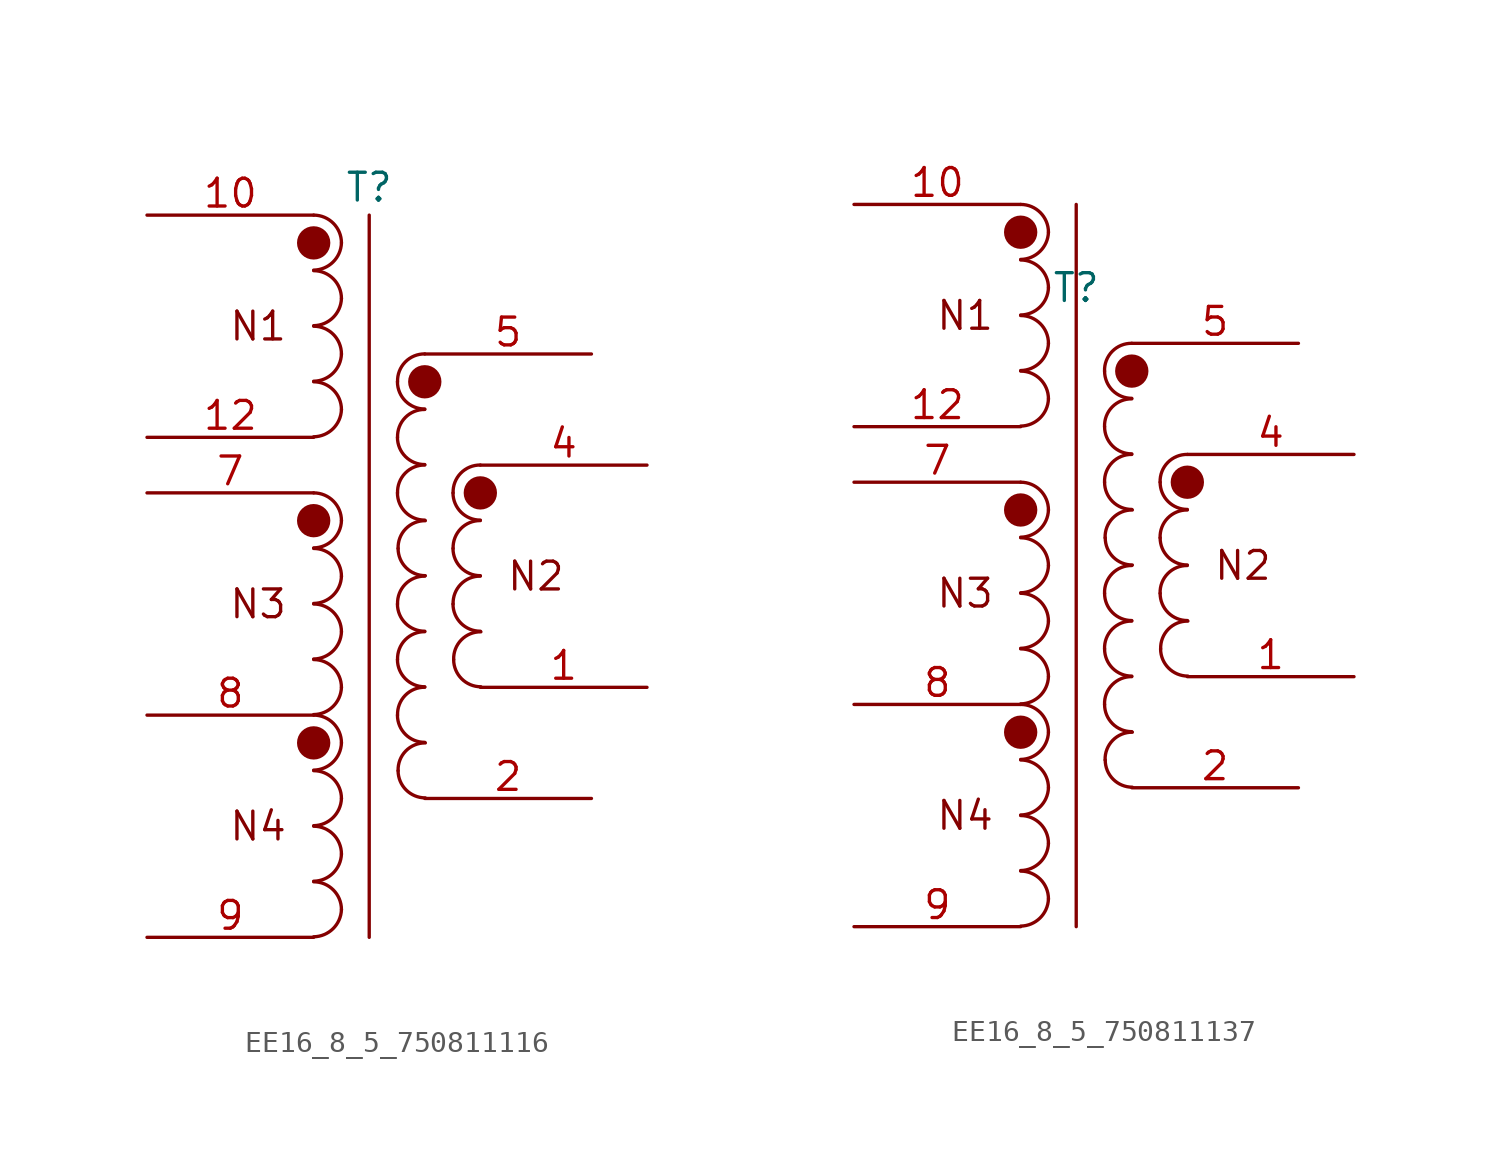
<source format=kicad_sym>
(kicad_symbol_lib
  (version 20220914)
  (generator kicad_symbol_editor)
  (symbol "EE16_8_5_750811116"
    (pin_names hide)
    (property "Reference" "T"
      (at 0 17.78 0)
      (effects (font (size 1.27 1.27))))
    (symbol "EE16_8_5_750811116_0_1"
      (arc (start -2.54 -16.4846) (mid -1.6561 -16.1163) (end -1.27 -15.24) (stroke (width 0) (type default)) (fill (type none)))
      (arc (start -2.54 -13.9446) (mid -1.6561 -13.5763) (end -1.27 -12.7) (stroke (width 0) (type default)) (fill (type none)))
      (arc (start -2.54 -11.4046) (mid -1.6561 -11.0363) (end -1.27 -10.16) (stroke (width 0) (type default)) (fill (type none)))
      (arc (start -2.54 -8.8646) (mid -1.6561 -8.4963) (end -1.27 -7.62) (stroke (width 0) (type default)) (fill (type none)))
      (arc (start -2.54 -6.3246) (mid -1.6561 -5.9563) (end -1.27 -5.08) (stroke (width 0) (type default)) (fill (type none)))
      (arc (start -2.54 -3.7846) (mid -1.6561 -3.4163) (end -1.27 -2.54) (stroke (width 0) (type default)) (fill (type none)))
      (arc (start -2.54 -1.2446) (mid -1.6561 -0.8763) (end -1.27 0) (stroke (width 0) (type default)) (fill (type none)))
      (arc (start -2.54 1.2954) (mid -1.6561 1.6637) (end -1.27 2.54) (stroke (width 0) (type default)) (fill (type none)))
      (arc (start -2.54 6.3754) (mid -1.6561 6.7437) (end -1.27 7.62) (stroke (width 0) (type default)) (fill (type none)))
      (arc (start -2.54 8.9154) (mid -1.6561 9.2837) (end -1.27 10.16) (stroke (width 0) (type default)) (fill (type none)))
      (arc (start -2.54 11.4554) (mid -1.6561 11.8237) (end -1.27 12.7) (stroke (width 0) (type default)) (fill (type none)))
      (arc (start -2.54 13.9954) (mid -1.6561 14.3637) (end -1.27 15.24) (stroke (width 0) (type default)) (fill (type none)))
      (arc (start -1.27 -15.24) (mid -1.642 -14.342) (end -2.54 -13.97) (stroke (width 0) (type default)) (fill (type none)))
      (arc (start -1.27 -12.7) (mid -1.642 -11.802) (end -2.54 -11.43) (stroke (width 0) (type default)) (fill (type none)))
      (arc (start -1.27 -10.16) (mid -1.642 -9.262) (end -2.54 -8.89) (stroke (width 0) (type default)) (fill (type none)))
      (arc (start -1.27 -7.62) (mid -1.642 -6.722) (end -2.54 -6.35) (stroke (width 0) (type default)) (fill (type none)))
      (arc (start -1.27 -5.08) (mid -1.642 -4.182) (end -2.54 -3.81) (stroke (width 0) (type default)) (fill (type none)))
      (arc (start -1.27 -2.54) (mid -1.642 -1.642) (end -2.54 -1.27) (stroke (width 0) (type default)) (fill (type none)))
      (arc (start -1.27 0) (mid -1.642 0.898) (end -2.54 1.27) (stroke (width 0) (type default)) (fill (type none)))
      (arc (start -1.27 2.54) (mid -1.642 3.438) (end -2.54 3.81) (stroke (width 0) (type default)) (fill (type none)))
      (arc (start -1.27 7.62) (mid -1.642 8.518) (end -2.54 8.89) (stroke (width 0) (type default)) (fill (type none)))
      (arc (start -1.27 10.16) (mid -1.642 11.058) (end -2.54 11.43) (stroke (width 0) (type default)) (fill (type none)))
      (arc (start -1.27 12.7) (mid -1.642 13.598) (end -2.54 13.97) (stroke (width 0) (type default)) (fill (type none)))
      (arc (start -1.27 15.24) (mid -1.642 16.138) (end -2.54 16.51) (stroke (width 0) (type default)) (fill (type none)))
      (polyline (pts (xy 0 16.51) (xy 0 -16.51)) (stroke (width 0) (type default)) (fill (type none)))
      (arc (start 1.2954 -6.35) (mid 1.6599 -7.2301) (end 2.54 -7.5946) (stroke (width 0) (type default)) (fill (type none)))
      (arc (start 1.2954 -3.81) (mid 1.6599 -4.6901) (end 2.54 -5.0546) (stroke (width 0) (type default)) (fill (type none)))
      (arc (start 1.2954 -1.27) (mid 1.6599 -2.1501) (end 2.54 -2.5146) (stroke (width 0) (type default)) (fill (type none)))
      (arc (start 1.2954 3.81) (mid 1.6599 2.9299) (end 2.54 2.5654) (stroke (width 0) (type default)) (fill (type none)))
      (arc (start 1.2954 6.35) (mid 1.6599 5.4699) (end 2.54 5.1054) (stroke (width 0) (type default)) (fill (type none)))
      (arc (start 1.2954 8.89) (mid 1.6599 8.0099) (end 2.54 7.6454) (stroke (width 0) (type default)) (fill (type none)))
      (arc (start 1.3208 -8.89) (mid 1.6853 -9.7703) (end 2.5654 -10.1346) (stroke (width 0) (type default)) (fill (type none)))
      (arc (start 1.3208 1.27) (mid 1.6853 0.3897) (end 2.5654 0.0254) (stroke (width 0) (type default)) (fill (type none)))
      (arc (start 2.54 -5.08) (mid 1.6458 -5.4485) (end 1.2954 -6.35) (stroke (width 0) (type default)) (fill (type none)))
      (arc (start 2.54 -2.54) (mid 1.6458 -2.9085) (end 1.2954 -3.81) (stroke (width 0) (type default)) (fill (type none)))
      (arc (start 2.54 0) (mid 1.6458 -0.3685) (end 1.2954 -1.27) (stroke (width 0) (type default)) (fill (type none)))
      (arc (start 2.54 5.08) (mid 1.6458 4.7115) (end 1.2954 3.81) (stroke (width 0) (type default)) (fill (type none)))
      (arc (start 2.54 7.62) (mid 1.6458 7.2515) (end 1.2954 6.35) (stroke (width 0) (type default)) (fill (type none)))
      (arc (start 2.54 10.16) (mid 1.6458 9.7915) (end 1.2954 8.89) (stroke (width 0) (type default)) (fill (type none)))
      (arc (start 2.5654 -7.62) (mid 1.6709 -7.9883) (end 1.3208 -8.89) (stroke (width 0) (type default)) (fill (type none)))
      (arc (start 2.5654 2.54) (mid 1.6709 2.1717) (end 1.3208 1.27) (stroke (width 0) (type default)) (fill (type none)))
      (arc (start 3.8354 -1.27) (mid 4.1999 -2.1501) (end 5.08 -2.5146) (stroke (width 0) (type default)) (fill (type none)))
      (arc (start 3.8354 1.27) (mid 4.1999 0.3899) (end 5.08 0.0254) (stroke (width 0) (type default)) (fill (type none)))
      (arc (start 3.8354 3.81) (mid 4.1999 2.9299) (end 5.08 2.5654) (stroke (width 0) (type default)) (fill (type none)))
      (arc (start 3.8608 -3.81) (mid 4.2254 -4.6899) (end 5.1054 -5.0546) (stroke (width 0) (type default)) (fill (type none)))
      (arc (start 5.08 0) (mid 4.1858 -0.3685) (end 3.8354 -1.27) (stroke (width 0) (type default)) (fill (type none)))
      (arc (start 5.08 2.54) (mid 4.1858 2.1715) (end 3.8354 1.27) (stroke (width 0) (type default)) (fill (type none)))
      (arc (start 5.08 5.08) (mid 4.1858 4.7115) (end 3.8354 3.81) (stroke (width 0) (type default)) (fill (type none)))
      (arc (start 5.1054 -2.54) (mid 4.2109 -2.9083) (end 3.8608 -3.81) (stroke (width 0) (type default)) (fill (type none))))
    (symbol "EE16_8_5_750811116_1_1"
      (circle (center -2.54 -7.62) (radius 0.0001) (stroke (width 0.762) (type default)) (fill (type none)))
      (circle (center -2.54 2.54) (radius 0.0001) (stroke (width 0.762) (type default)) (fill (type none)))
      (circle (center -2.54 15.24) (radius 0.0001) (stroke (width 0.762) (type default)) (fill (type none)))
      (circle (center 2.54 8.89) (radius 0.0001) (stroke (width 0.762) (type default)) (fill (type none)))
      (circle (center 5.08 3.81) (radius 0.0001) (stroke (width 0.762) (type default)) (fill (type none)))
      (text "N1" (at -5.08 11.43 0) (effects (font (size 1.27 1.27))))
      (text "N2" (at 7.62 0 0) (effects (font (size 1.27 1.27))))
      (text "N3" (at -5.08 -1.27 0) (effects (font (size 1.27 1.27))))
      (text "N4" (at -5.08 -11.43 0) (effects (font (size 1.27 1.27))))
      (pin passive line (at 12.7 -5.08 180) (length 7.62) (name "1" (effects (font (size 1.27 1.27)))) (number "1" (effects (font (size 1.27 1.27)))))
      (pin passive line (at -10.16 16.51 0) (length 7.62) (name "10" (effects (font (size 1.27 1.27)))) (number "10" (effects (font (size 1.27 1.27)))))
      (pin passive line (at -10.16 6.35 0) (length 7.62) (name "12" (effects (font (size 1.27 1.27)))) (number "12" (effects (font (size 1.27 1.27)))))
      (pin passive line (at 10.16 -10.16 180) (length 7.62) (name "2" (effects (font (size 1.27 1.27)))) (number "2" (effects (font (size 1.27 1.27)))))
      (pin passive line (at 12.7 5.08 180) (length 7.62) (name "4" (effects (font (size 1.27 1.27)))) (number "4" (effects (font (size 1.27 1.27)))))
      (pin passive line (at 10.16 10.16 180) (length 7.62) (name "5" (effects (font (size 1.27 1.27)))) (number "5" (effects (font (size 1.27 1.27)))))
      (pin passive line (at -10.16 3.81 0) (length 7.62) (name "7" (effects (font (size 1.27 1.27)))) (number "7" (effects (font (size 1.27 1.27)))))
      (pin passive line (at -10.16 -6.35 0) (length 7.62) (name "8" (effects (font (size 1.27 1.27)))) (number "8" (effects (font (size 1.27 1.27)))))
      (pin passive line (at -10.16 -16.51 0) (length 7.62) (name "9" (effects (font (size 1.27 1.27)))) (number "9" (effects (font (size 1.27 1.27)))))))
  (symbol "EE16_8_5_750811137"
    (pin_names hide)
    (property "Reference" "T"
      (at 0 12.7 0)
      (effects (font (size 1.27 1.27))))
    (symbol "EE16_8_5_750811137_0_1"
      (arc (start -2.54 -16.4846) (mid -1.6561 -16.1163) (end -1.27 -15.24) (stroke (width 0) (type default)) (fill (type none)))
      (arc (start -2.54 -13.9446) (mid -1.6561 -13.5763) (end -1.27 -12.7) (stroke (width 0) (type default)) (fill (type none)))
      (arc (start -2.54 -11.4046) (mid -1.6561 -11.0363) (end -1.27 -10.16) (stroke (width 0) (type default)) (fill (type none)))
      (arc (start -2.54 -8.8646) (mid -1.6561 -8.4963) (end -1.27 -7.62) (stroke (width 0) (type default)) (fill (type none)))
      (arc (start -2.54 -6.3246) (mid -1.6561 -5.9563) (end -1.27 -5.08) (stroke (width 0) (type default)) (fill (type none)))
      (arc (start -2.54 -3.7846) (mid -1.6561 -3.4163) (end -1.27 -2.54) (stroke (width 0) (type default)) (fill (type none)))
      (arc (start -2.54 -1.2446) (mid -1.6561 -0.8763) (end -1.27 0) (stroke (width 0) (type default)) (fill (type none)))
      (arc (start -2.54 1.2954) (mid -1.6561 1.6637) (end -1.27 2.54) (stroke (width 0) (type default)) (fill (type none)))
      (arc (start -2.54 6.3754) (mid -1.6561 6.7437) (end -1.27 7.62) (stroke (width 0) (type default)) (fill (type none)))
      (arc (start -2.54 8.9154) (mid -1.6561 9.2837) (end -1.27 10.16) (stroke (width 0) (type default)) (fill (type none)))
      (arc (start -2.54 11.4554) (mid -1.6561 11.8237) (end -1.27 12.7) (stroke (width 0) (type default)) (fill (type none)))
      (arc (start -2.54 13.9954) (mid -1.6561 14.3637) (end -1.27 15.24) (stroke (width 0) (type default)) (fill (type none)))
      (arc (start -1.27 -15.24) (mid -1.642 -14.342) (end -2.54 -13.97) (stroke (width 0) (type default)) (fill (type none)))
      (arc (start -1.27 -12.7) (mid -1.642 -11.802) (end -2.54 -11.43) (stroke (width 0) (type default)) (fill (type none)))
      (arc (start -1.27 -10.16) (mid -1.642 -9.262) (end -2.54 -8.89) (stroke (width 0) (type default)) (fill (type none)))
      (arc (start -1.27 -7.62) (mid -1.642 -6.722) (end -2.54 -6.35) (stroke (width 0) (type default)) (fill (type none)))
      (arc (start -1.27 -5.08) (mid -1.642 -4.182) (end -2.54 -3.81) (stroke (width 0) (type default)) (fill (type none)))
      (arc (start -1.27 -2.54) (mid -1.642 -1.642) (end -2.54 -1.27) (stroke (width 0) (type default)) (fill (type none)))
      (arc (start -1.27 0) (mid -1.642 0.898) (end -2.54 1.27) (stroke (width 0) (type default)) (fill (type none)))
      (arc (start -1.27 2.54) (mid -1.642 3.438) (end -2.54 3.81) (stroke (width 0) (type default)) (fill (type none)))
      (arc (start -1.27 7.62) (mid -1.642 8.518) (end -2.54 8.89) (stroke (width 0) (type default)) (fill (type none)))
      (arc (start -1.27 10.16) (mid -1.642 11.058) (end -2.54 11.43) (stroke (width 0) (type default)) (fill (type none)))
      (arc (start -1.27 12.7) (mid -1.642 13.598) (end -2.54 13.97) (stroke (width 0) (type default)) (fill (type none)))
      (arc (start -1.27 15.24) (mid -1.642 16.138) (end -2.54 16.51) (stroke (width 0) (type default)) (fill (type none)))
      (polyline (pts (xy 0 16.51) (xy 0 -16.51)) (stroke (width 0) (type default)) (fill (type none)))
      (arc (start 1.2954 -6.35) (mid 1.6599 -7.2301) (end 2.54 -7.5946) (stroke (width 0) (type default)) (fill (type none)))
      (arc (start 1.2954 -3.81) (mid 1.6599 -4.6901) (end 2.54 -5.0546) (stroke (width 0) (type default)) (fill (type none)))
      (arc (start 1.2954 -1.27) (mid 1.6599 -2.1501) (end 2.54 -2.5146) (stroke (width 0) (type default)) (fill (type none)))
      (arc (start 1.2954 3.81) (mid 1.6599 2.9299) (end 2.54 2.5654) (stroke (width 0) (type default)) (fill (type none)))
      (arc (start 1.2954 6.35) (mid 1.6599 5.4699) (end 2.54 5.1054) (stroke (width 0) (type default)) (fill (type none)))
      (arc (start 1.2954 8.89) (mid 1.6599 8.0099) (end 2.54 7.6454) (stroke (width 0) (type default)) (fill (type none)))
      (arc (start 1.3208 -8.89) (mid 1.6853 -9.7703) (end 2.5654 -10.1346) (stroke (width 0) (type default)) (fill (type none)))
      (arc (start 1.3208 1.27) (mid 1.6853 0.3897) (end 2.5654 0.0254) (stroke (width 0) (type default)) (fill (type none)))
      (arc (start 2.54 -5.08) (mid 1.6458 -5.4485) (end 1.2954 -6.35) (stroke (width 0) (type default)) (fill (type none)))
      (arc (start 2.54 -2.54) (mid 1.6458 -2.9085) (end 1.2954 -3.81) (stroke (width 0) (type default)) (fill (type none)))
      (arc (start 2.54 0) (mid 1.6458 -0.3685) (end 1.2954 -1.27) (stroke (width 0) (type default)) (fill (type none)))
      (arc (start 2.54 5.08) (mid 1.6458 4.7115) (end 1.2954 3.81) (stroke (width 0) (type default)) (fill (type none)))
      (arc (start 2.54 7.62) (mid 1.6458 7.2515) (end 1.2954 6.35) (stroke (width 0) (type default)) (fill (type none)))
      (arc (start 2.54 10.16) (mid 1.6458 9.7915) (end 1.2954 8.89) (stroke (width 0) (type default)) (fill (type none)))
      (arc (start 2.5654 -7.62) (mid 1.6709 -7.9883) (end 1.3208 -8.89) (stroke (width 0) (type default)) (fill (type none)))
      (arc (start 2.5654 2.54) (mid 1.6709 2.1717) (end 1.3208 1.27) (stroke (width 0) (type default)) (fill (type none)))
      (arc (start 3.8354 -1.27) (mid 4.1999 -2.1501) (end 5.08 -2.5146) (stroke (width 0) (type default)) (fill (type none)))
      (arc (start 3.8354 1.27) (mid 4.1999 0.3899) (end 5.08 0.0254) (stroke (width 0) (type default)) (fill (type none)))
      (arc (start 3.8354 3.81) (mid 4.1999 2.9299) (end 5.08 2.5654) (stroke (width 0) (type default)) (fill (type none)))
      (arc (start 3.8608 -3.81) (mid 4.2254 -4.6899) (end 5.1054 -5.0546) (stroke (width 0) (type default)) (fill (type none)))
      (arc (start 5.08 0) (mid 4.1858 -0.3685) (end 3.8354 -1.27) (stroke (width 0) (type default)) (fill (type none)))
      (arc (start 5.08 2.54) (mid 4.1858 2.1715) (end 3.8354 1.27) (stroke (width 0) (type default)) (fill (type none)))
      (arc (start 5.08 5.08) (mid 4.1858 4.7115) (end 3.8354 3.81) (stroke (width 0) (type default)) (fill (type none)))
      (arc (start 5.1054 -2.54) (mid 4.2109 -2.9083) (end 3.8608 -3.81) (stroke (width 0) (type default)) (fill (type none))))
    (symbol "EE16_8_5_750811137_1_1"
      (circle (center -2.54 -7.62) (radius 0.0001) (stroke (width 0.762) (type default)) (fill (type none)))
      (circle (center -2.54 2.54) (radius 0.0001) (stroke (width 0.762) (type default)) (fill (type none)))
      (circle (center -2.54 15.24) (radius 0.0001) (stroke (width 0.762) (type default)) (fill (type none)))
      (circle (center 2.54 8.89) (radius 0.0001) (stroke (width 0.762) (type default)) (fill (type none)))
      (circle (center 5.08 3.81) (radius 0.0001) (stroke (width 0.762) (type default)) (fill (type none)))
      (text "N1" (at -5.08 11.43 0) (effects (font (size 1.27 1.27))))
      (text "N2" (at 7.62 0 0) (effects (font (size 1.27 1.27))))
      (text "N3" (at -5.08 -1.27 0) (effects (font (size 1.27 1.27))))
      (text "N4" (at -5.08 -11.43 0) (effects (font (size 1.27 1.27))))
      (pin passive line (at 12.7 -5.08 180) (length 7.62) (name "1" (effects (font (size 1.27 1.27)))) (number "1" (effects (font (size 1.27 1.27)))))
      (pin passive line (at -10.16 16.51 0) (length 7.62) (name "10" (effects (font (size 1.27 1.27)))) (number "10" (effects (font (size 1.27 1.27)))))
      (pin passive line (at -10.16 6.35 0) (length 7.62) (name "12" (effects (font (size 1.27 1.27)))) (number "12" (effects (font (size 1.27 1.27)))))
      (pin passive line (at 10.16 -10.16 180) (length 7.62) (name "2" (effects (font (size 1.27 1.27)))) (number "2" (effects (font (size 1.27 1.27)))))
      (pin passive line (at 12.7 5.08 180) (length 7.62) (name "4" (effects (font (size 1.27 1.27)))) (number "4" (effects (font (size 1.27 1.27)))))
      (pin passive line (at 10.16 10.16 180) (length 7.62) (name "5" (effects (font (size 1.27 1.27)))) (number "5" (effects (font (size 1.27 1.27)))))
      (pin passive line (at -10.16 3.81 0) (length 7.62) (name "7" (effects (font (size 1.27 1.27)))) (number "7" (effects (font (size 1.27 1.27)))))
      (pin passive line (at -10.16 -6.35 0) (length 7.62) (name "8" (effects (font (size 1.27 1.27)))) (number "8" (effects (font (size 1.27 1.27)))))
      (pin passive line (at -10.16 -16.51 0) (length 7.62) (name "9" (effects (font (size 1.27 1.27)))) (number "9" (effects (font (size 1.27 1.27))))))))
</source>
